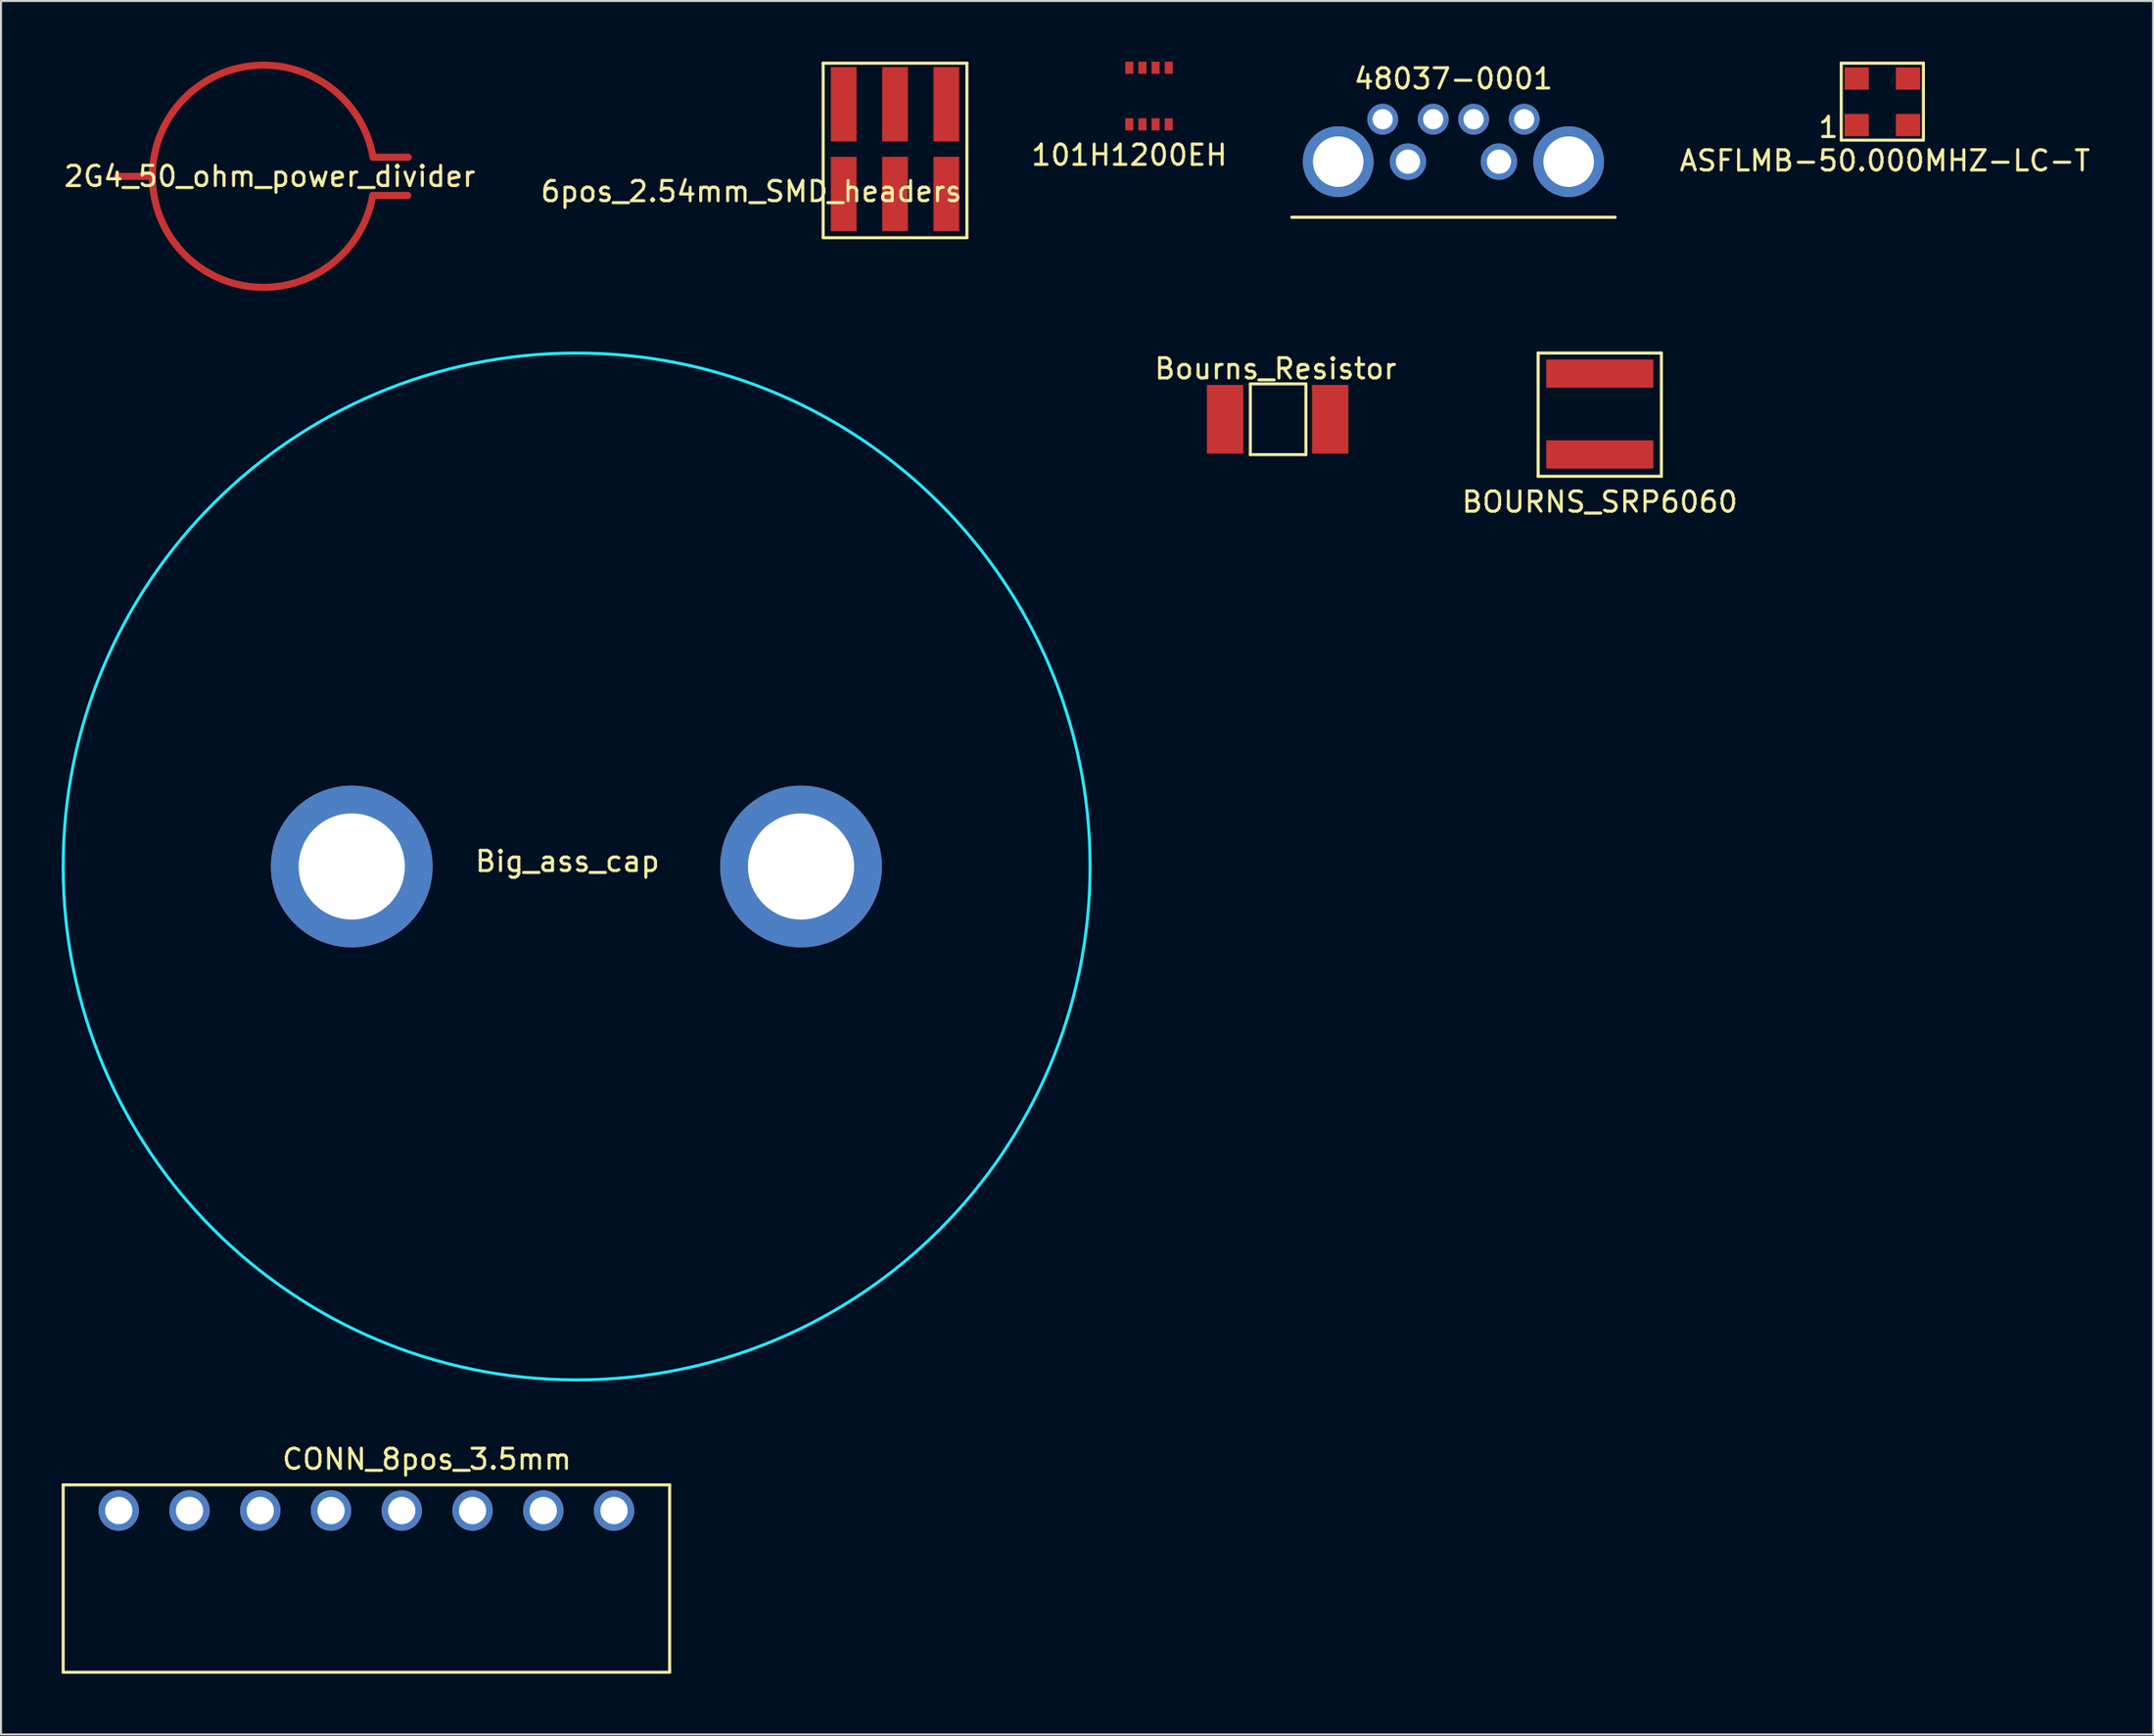
<source format=kicad_pcb>
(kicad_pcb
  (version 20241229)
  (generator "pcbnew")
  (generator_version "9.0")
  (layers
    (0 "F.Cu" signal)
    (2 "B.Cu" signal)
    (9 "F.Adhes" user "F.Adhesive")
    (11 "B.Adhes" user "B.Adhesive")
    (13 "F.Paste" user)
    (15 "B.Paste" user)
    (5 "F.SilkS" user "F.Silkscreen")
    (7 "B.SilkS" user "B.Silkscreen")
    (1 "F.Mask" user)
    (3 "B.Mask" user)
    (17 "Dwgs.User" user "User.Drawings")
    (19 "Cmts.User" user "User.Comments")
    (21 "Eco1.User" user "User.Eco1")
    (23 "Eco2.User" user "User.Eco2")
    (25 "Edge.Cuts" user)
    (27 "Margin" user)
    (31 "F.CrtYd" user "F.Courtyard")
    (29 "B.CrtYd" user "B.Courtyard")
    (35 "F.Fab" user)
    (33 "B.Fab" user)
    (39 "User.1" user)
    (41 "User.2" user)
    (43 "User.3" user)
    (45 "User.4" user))
  (footprint "101H1200EH"
    (layer "F.Cu")
    (at 52.814 3.1)
    (property "Reference" "101H1200EH" (at 0 1.524 0) (layer "F.SilkS") (effects (font (size 1 1) (thickness 0.15))))
    (attr through_hole)
    (pad "1" smd rect (at 0 -2.8) (size 0.4 0.6) (layers "F.Cu" "F.Mask" "F.Paste"))
    (pad "1" smd rect (at 0.65 -2.8) (size 0.4 0.6) (layers "F.Cu" "F.Mask" "F.Paste"))
    (pad "1" smd rect (at 1.3 -2.8) (size 0.4 0.6) (layers "F.Cu" "F.Mask" "F.Paste"))
    (pad "1" smd rect (at 1.95 -2.8) (size 0.4 0.6) (layers "F.Cu" "F.Mask" "F.Paste"))
    (pad "2" smd rect (at 1.95 0) (size 0.4 0.6) (layers "F.Cu" "F.Mask" "F.Paste"))
    (pad "3" smd rect (at 0 0) (size 0.4 0.6) (layers "F.Cu" "F.Mask" "F.Paste"))
    (pad "3" smd rect (at 0.65 0) (size 0.4 0.6) (layers "F.Cu" "F.Mask" "F.Paste"))
    (pad "3" smd rect (at 1.3 0) (size 0.4 0.6) (layers "F.Cu" "F.Mask" "F.Paste")))
  (footprint "CONN_8pos_3.5mm"
    (layer "F.Cu")
    (at 2.825 71.681)
    (property "Reference" "CONN_8pos_3.5mm" (at 15.24 -2.54 0) (layer "F.SilkS") (effects (font (size 1 1) (thickness 0.15))))
    (attr through_hole)
    (fp_line (start -2.75 -1.27) (end -2.75 8) (stroke (width 0.15) (type solid)) (layer "F.SilkS"))
    (fp_line (start -2.75 -1.27) (end 27.25 -1.27) (stroke (width 0.15) (type solid)) (layer "F.SilkS"))
    (fp_line (start -2.75 8) (end 27.25 8) (stroke (width 0.15) (type solid)) (layer "F.SilkS"))
    (fp_line (start 27.25 -1.27) (end 27.25 8) (stroke (width 0.15) (type solid)) (layer "F.SilkS"))
    (pad "1" thru_hole circle (at 0 0) (size 2 2) (drill 1.35) (layers "*.Cu" "*.Mask"))
    (pad "2" thru_hole circle (at 3.5 0) (size 2 2) (drill 1.35) (layers "*.Cu" "*.Mask"))
    (pad "3" thru_hole circle (at 7 0) (size 2 2) (drill 1.35) (layers "*.Cu" "*.Mask"))
    (pad "4" thru_hole circle (at 10.5 0) (size 2 2) (drill 1.35) (layers "*.Cu" "*.Mask"))
    (pad "5" thru_hole circle (at 14 0) (size 2 2) (drill 1.35) (layers "*.Cu" "*.Mask"))
    (pad "6" thru_hole circle (at 17.5 0) (size 2 2) (drill 1.35) (layers "*.Cu" "*.Mask"))
    (pad "7" thru_hole circle (at 21 0) (size 2 2) (drill 1.35) (layers "*.Cu" "*.Mask"))
    (pad "8" thru_hole circle (at 24.5 0) (size 2 2) (drill 1.35) (layers "*.Cu" "*.Mask")))
  (footprint "BOURNS_SRP6060"
    (layer "F.Cu")
    (at 76.087 15.433)
    (property "Reference" "BOURNS_SRP6060" (at 0 6.35 0) (layer "F.SilkS") (effects (font (size 1 1) (thickness 0.15))))
    (attr through_hole)
    (fp_line (start -3.048 -1.016) (end -3.048 5.08) (stroke (width 0.15) (type solid)) (layer "F.SilkS"))
    (fp_line (start -3.048 5.08) (end 3.048 5.08) (stroke (width 0.15) (type solid)) (layer "F.SilkS"))
    (fp_line (start 3.048 -1.016) (end -3.048 -1.016) (stroke (width 0.15) (type solid)) (layer "F.SilkS"))
    (fp_line (start 3.048 5.08) (end 3.048 -1.016) (stroke (width 0.15) (type solid)) (layer "F.SilkS"))
    (pad "1" smd rect (at 0 0) (size 5.3 1.4) (layers "F.Cu" "F.Mask" "F.Paste"))
    (pad "1" smd rect (at 0 4) (size 5.3 1.4) (layers "F.Cu" "F.Mask" "F.Paste")))
  (footprint "2G4_50_ohm_power_divider"
    (layer "F.Cu")
    (at 9.987 5.675)
    (property "Reference" "2G4_50_ohm_power_divider" (at 0.305 0 0) (layer "F.SilkS") (effects (font (size 1 1) (thickness 0.15))))
    (attr through_hole)
    (fp_line (start -7.227 0) (end -5.5 0) (stroke (width 0.35) (type solid)) (layer "F.Cu"))
    (fp_line (start 5.403 0.944) (end 7.13 0.944) (stroke (width 0.35) (type solid)) (layer "F.Cu"))
    (fp_line (start 5.418 -0.946) (end 7.145 -0.946) (stroke (width 0.35) (type solid)) (layer "F.Cu"))
    (fp_arc (start -5.5 0) (mid -0.474575 -5.479487) (end 5.418101 -0.94561) (stroke (width 0.35) (type solid)) (layer "F.Cu"))
    (fp_arc (start 5.403014 0.944303) (mid -0.481519 5.471915) (end -5.5 0) (stroke (width 0.35) (type solid)) (layer "F.Cu"))
    (pad "1" smd circle (at -7.214 0) (size 0.35 0.35) (layers "F.Cu" "F.Mask" "F.Paste"))
    (pad "2" smd circle (at 7.145 -0.946) (size 0.35 0.35) (layers "F.Cu" "F.Mask" "F.Paste"))
    (pad "3" smd circle (at 7.13 0.944) (size 0.35 0.35) (layers "F.Cu" "F.Mask" "F.Paste")))
  (footprint "Big_ass_cap"
    (layer "F.Cu")
    (at 14.35 39.817)
    (property "Reference" "Big_ass_cap" (at 10.668 -0.254 0) (layer "F.SilkS") (effects (font (size 1 1) (thickness 0.15))))
    (attr through_hole)
    (fp_circle (center 11.125 0) (end 36.525 0) (stroke (width 0.15) (type solid)) (fill no) (layer "B.CrtYd"))
    (pad "1" thru_hole circle (at 0 0) (size 8 8) (drill 5.25) (layers "*.Cu" "*.Mask"))
    (pad "2" thru_hole circle (at 22.225 0) (size 8 8) (drill 5.25) (layers "*.Cu" "*.Mask")))
  (footprint "Bourns_Resistor"
    (layer "F.Cu")
    (at 57.551 17.691)
    (property "Reference" "Bourns_Resistor" (at 2.5 -2.5 0) (layer "F.SilkS") (effects (font (size 1 1) (thickness 0.15))))
    (attr through_hole)
    (fp_line (start 1.25 -1.75) (end 1.25 1.75) (stroke (width 0.15) (type solid)) (layer "F.SilkS"))
    (fp_line (start 1.25 1.75) (end 4 1.75) (stroke (width 0.15) (type solid)) (layer "F.SilkS"))
    (fp_line (start 4 -1.75) (end 1.25 -1.75) (stroke (width 0.15) (type solid)) (layer "F.SilkS"))
    (fp_line (start 4 1.75) (end 4 -1.75) (stroke (width 0.15) (type solid)) (layer "F.SilkS"))
    (pad "1" smd rect (at 0 0) (size 1.8 3.4) (layers "F.Cu" "F.Mask" "F.Paste"))
    (pad "2" smd rect (at 5.2 0) (size 1.8 3.4) (layers "F.Cu" "F.Mask" "F.Paste")))
  (footprint "48037-0001"
    (layer "F.Cu")
    (at 68.848 2.848)
    (property "Reference" "48037-0001" (at 0 -2 0) (layer "F.SilkS") (effects (font (size 1 1) (thickness 0.15))))
    (attr through_hole)
    (fp_line (start -8 4.85) (end 8 4.85) (stroke (width 0.15) (type solid)) (layer "F.SilkS"))
    (pad "1" thru_hole circle (at 3.5 0) (size 1.524 1.524) (drill 1) (layers "*.Cu" "*.Mask"))
    (pad "2" thru_hole circle (at 1 0) (size 1.524 1.524) (drill 1) (layers "*.Cu" "*.Mask"))
    (pad "3" thru_hole circle (at -1 0) (size 1.524 1.524) (drill 1) (layers "*.Cu" "*.Mask"))
    (pad "4" thru_hole circle (at -3.5 0) (size 1.524 1.524) (drill 1) (layers "*.Cu" "*.Mask"))
    (pad "5" thru_hole circle (at -5.7 2.1) (size 3.5 3.5) (drill 2.5) (layers "*.Cu" "*.Mask"))
    (pad "5" thru_hole circle (at -2.25 2.1) (size 1.8 1.8) (drill 1.2) (layers "*.Cu" "*.Mask"))
    (pad "5" thru_hole circle (at 2.25 2.1) (size 1.8 1.8) (drill 1.2) (layers "*.Cu" "*.Mask"))
    (pad "5" thru_hole circle (at 5.7 2.1) (size 3.5 3.5) (drill 2.5) (layers "*.Cu" "*.Mask")))
  (footprint "ASFLMB-50.000MHZ-LC-T"
    (layer "F.Cu")
    (at 88.794 0.837)
    (property "Reference" "ASFLMB-50.000MHZ-LC-T" (at 1.397 4.064 0) (layer "F.SilkS") (effects (font (size 1 1) (thickness 0.15))))
    (attr through_hole)
    (fp_line (start -0.762 -0.762) (end -0.762 3.048) (stroke (width 0.15) (type solid)) (layer "F.SilkS"))
    (fp_line (start -0.762 3.048) (end 3.302 3.048) (stroke (width 0.15) (type solid)) (layer "F.SilkS"))
    (fp_line (start 3.302 -0.762) (end -0.762 -0.762) (stroke (width 0.15) (type solid)) (layer "F.SilkS"))
    (fp_line (start 3.302 3.048) (end 3.302 -0.762) (stroke (width 0.15) (type solid)) (layer "F.SilkS"))
    (fp_text user "1" (at -1.397 2.413 0) (layer "F.SilkS") (effects (font (size 1 1) (thickness 0.15))))
    (pad "1" smd rect (at 0 2.3) (size 1.2 1.1) (layers "F.Cu" "F.Mask" "F.Paste"))
    (pad "2" smd rect (at 2.54 2.3) (size 1.2 1.1) (layers "F.Cu" "F.Mask" "F.Paste"))
    (pad "3" smd rect (at 2.54 0) (size 1.2 1.1) (layers "F.Cu" "F.Mask" "F.Paste"))
    (pad "4" smd rect (at 0 0) (size 1.2 1.1) (layers "F.Cu" "F.Mask" "F.Paste")))
  (footprint "6pos_2.54mm_SMD_headers"
    (layer "F.Cu")
    (at 38.685 2.107)
    (property "Reference" "6pos_2.54mm_SMD_headers" (at -4.572 4.318 0) (layer "F.SilkS") (effects (font (size 1 1) (thickness 0.15))))
    (attr through_hole)
    (fp_line (start -1.016 -2.032) (end -1.016 6.604) (stroke (width 0.15) (type solid)) (layer "F.SilkS"))
    (fp_line (start -1.016 6.604) (end 6.096 6.604) (stroke (width 0.15) (type solid)) (layer "F.SilkS"))
    (fp_line (start 6.096 -2.032) (end -1.016 -2.032) (stroke (width 0.15) (type solid)) (layer "F.SilkS"))
    (fp_line (start 6.096 6.604) (end 6.096 -2.032) (stroke (width 0.15) (type solid)) (layer "F.SilkS"))
    (pad "1" smd rect (at 0 4.44) (size 1.27 3.68) (layers "F.Cu" "F.Mask" "F.Paste"))
    (pad "2" smd rect (at 0 0) (size 1.27 3.68) (layers "F.Cu" "F.Mask" "F.Paste"))
    (pad "3" smd rect (at 2.54 4.44) (size 1.27 3.68) (layers "F.Cu" "F.Mask" "F.Paste"))
    (pad "4" smd rect (at 2.54 0) (size 1.27 3.68) (layers "F.Cu" "F.Mask" "F.Paste"))
    (pad "5" smd rect (at 5.08 4.44) (size 1.27 3.68) (layers "F.Cu" "F.Mask" "F.Paste"))
    (pad "6" smd rect (at 5.08 0) (size 1.27 3.68) (layers "F.Cu" "F.Mask" "F.Paste")))
  (gr_rect
    (start -3 -3)
    (end 103.458 82.756)
    (stroke (width 0.1) (type default))
    (fill no)
    (layer "Edge.Cuts")))
</source>
